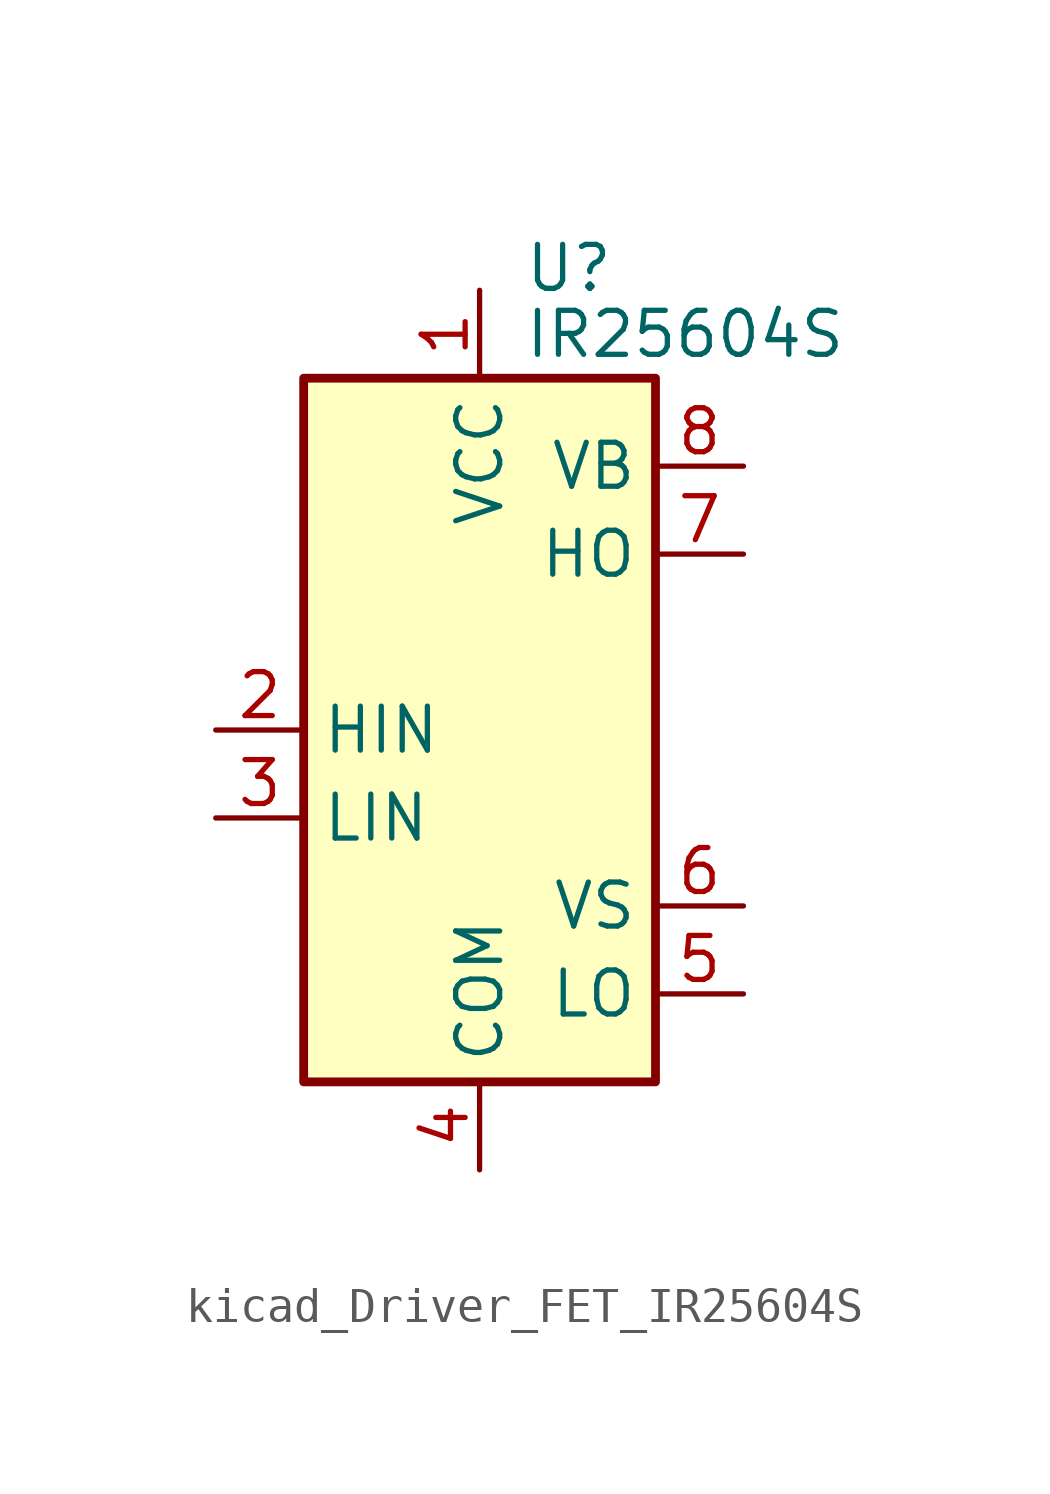
<source format=kicad_sym>
(kicad_symbol_lib
  (version 20220914)
  (generator kicad_symbol_editor)
  (symbol "kicad_Driver_FET_IR25604S"
    (property "Reference" "U"
      (at 1.27 13.335 0)
      (effects (font (size 1.27 1.27)) (justify left)))
    (property "Value" "IR25604S"
      (at 1.27 11.43 0)
      (effects (font (size 1.27 1.27)) (justify left)))
    (symbol "kicad_Driver_FET_IR25604S_0_1"
      (rectangle (start -5.08 -10.16) (end 5.08 10.16) (stroke (width 0.254) (type default)) (fill (type background))))
    (symbol "kicad_Driver_FET_IR25604S_1_1"
      (pin power_in line (at 0 12.7 270) (length 2.54) (name "VCC" (effects (font (size 1.27 1.27)))) (number "1" (effects (font (size 1.27 1.27)))))
      (pin input line (at -7.62 0 0) (length 2.54) (name "HIN" (effects (font (size 1.27 1.27)))) (number "2" (effects (font (size 1.27 1.27)))))
      (pin input line (at -7.62 -2.54 0) (length 2.54) (name "LIN" (effects (font (size 1.27 1.27)))) (number "3" (effects (font (size 1.27 1.27)))))
      (pin power_in line (at 0 -12.7 90) (length 2.54) (name "COM" (effects (font (size 1.27 1.27)))) (number "4" (effects (font (size 1.27 1.27)))))
      (pin output line (at 7.62 -7.62 180) (length 2.54) (name "LO" (effects (font (size 1.27 1.27)))) (number "5" (effects (font (size 1.27 1.27)))))
      (pin passive line (at 7.62 -5.08 180) (length 2.54) (name "VS" (effects (font (size 1.27 1.27)))) (number "6" (effects (font (size 1.27 1.27)))))
      (pin output line (at 7.62 5.08 180) (length 2.54) (name "HO" (effects (font (size 1.27 1.27)))) (number "7" (effects (font (size 1.27 1.27)))))
      (pin passive line (at 7.62 7.62 180) (length 2.54) (name "VB" (effects (font (size 1.27 1.27)))) (number "8" (effects (font (size 1.27 1.27))))))))
</source>
